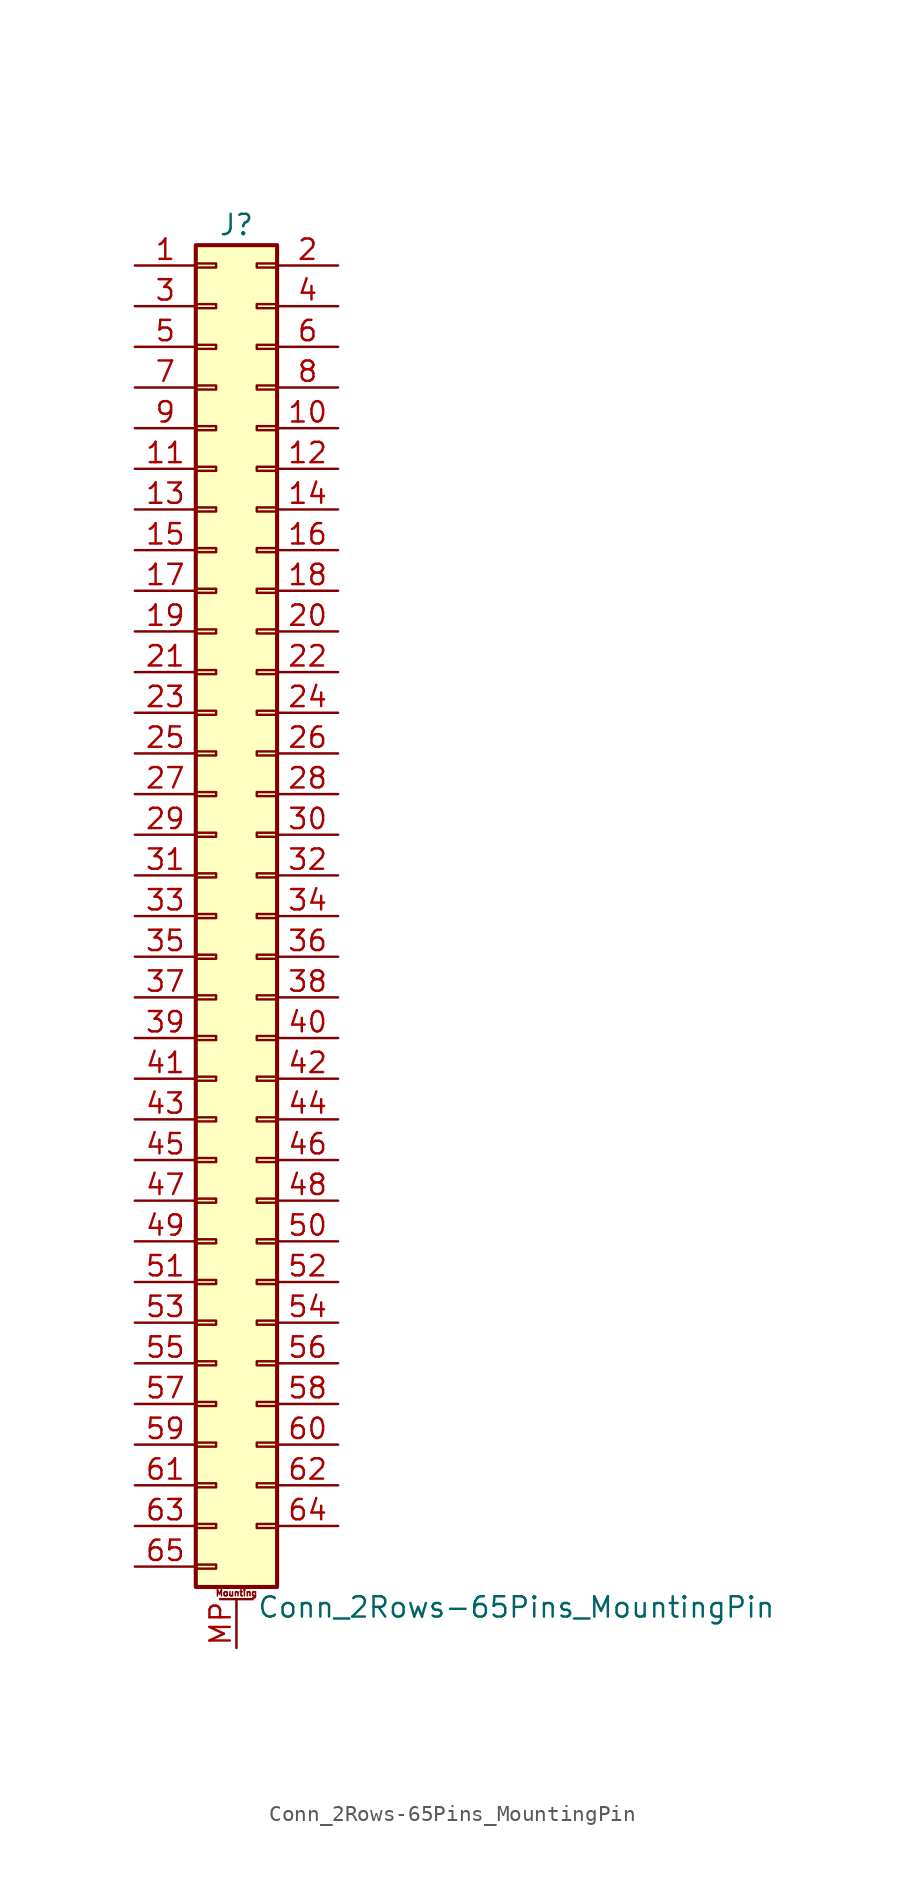
<source format=kicad_sym>
(kicad_symbol_lib
  (version 20220914)
  (generator kicad_symbol_editor)
  (symbol "Conn_2Rows-65Pins_MountingPin"
    (pin_names
      (offset 1.016) hide)
    (property "Reference" "J"
      (at 1.27 43.18 0)
      (effects (font (size 1.27 1.27))))
    (property "Value" "Conn_2Rows-65Pins_MountingPin"
      (at 2.54 -43.18 0)
      (effects (font (size 1.27 1.27)) (justify left)))
    (symbol "Conn_2Rows-65Pins_MountingPin_1_1"
      (rectangle (start -1.27 -40.513) (end 0 -40.767) (stroke (width 0.152) (type default)) (fill (type none)))
      (rectangle (start -1.27 -37.973) (end 0 -38.227) (stroke (width 0.152) (type default)) (fill (type none)))
      (rectangle (start -1.27 -35.433) (end 0 -35.687) (stroke (width 0.152) (type default)) (fill (type none)))
      (rectangle (start -1.27 -32.893) (end 0 -33.147) (stroke (width 0.152) (type default)) (fill (type none)))
      (rectangle (start -1.27 -30.353) (end 0 -30.607) (stroke (width 0.152) (type default)) (fill (type none)))
      (rectangle (start -1.27 -27.813) (end 0 -28.067) (stroke (width 0.152) (type default)) (fill (type none)))
      (rectangle (start -1.27 -25.273) (end 0 -25.527) (stroke (width 0.152) (type default)) (fill (type none)))
      (rectangle (start -1.27 -22.733) (end 0 -22.987) (stroke (width 0.152) (type default)) (fill (type none)))
      (rectangle (start -1.27 -20.193) (end 0 -20.447) (stroke (width 0.152) (type default)) (fill (type none)))
      (rectangle (start -1.27 -17.653) (end 0 -17.907) (stroke (width 0.152) (type default)) (fill (type none)))
      (rectangle (start -1.27 -15.113) (end 0 -15.367) (stroke (width 0.152) (type default)) (fill (type none)))
      (rectangle (start -1.27 -12.573) (end 0 -12.827) (stroke (width 0.152) (type default)) (fill (type none)))
      (rectangle (start -1.27 -10.033) (end 0 -10.287) (stroke (width 0.152) (type default)) (fill (type none)))
      (rectangle (start -1.27 -7.493) (end 0 -7.747) (stroke (width 0.152) (type default)) (fill (type none)))
      (rectangle (start -1.27 -4.953) (end 0 -5.207) (stroke (width 0.152) (type default)) (fill (type none)))
      (rectangle (start -1.27 -2.413) (end 0 -2.667) (stroke (width 0.152) (type default)) (fill (type none)))
      (rectangle (start -1.27 0.127) (end 0 -0.127) (stroke (width 0.152) (type default)) (fill (type none)))
      (rectangle (start -1.27 2.667) (end 0 2.413) (stroke (width 0.152) (type default)) (fill (type none)))
      (rectangle (start -1.27 5.207) (end 0 4.953) (stroke (width 0.152) (type default)) (fill (type none)))
      (rectangle (start -1.27 7.747) (end 0 7.493) (stroke (width 0.152) (type default)) (fill (type none)))
      (rectangle (start -1.27 10.287) (end 0 10.033) (stroke (width 0.152) (type default)) (fill (type none)))
      (rectangle (start -1.27 12.827) (end 0 12.573) (stroke (width 0.152) (type default)) (fill (type none)))
      (rectangle (start -1.27 15.367) (end 0 15.113) (stroke (width 0.152) (type default)) (fill (type none)))
      (rectangle (start -1.27 17.907) (end 0 17.653) (stroke (width 0.152) (type default)) (fill (type none)))
      (rectangle (start -1.27 20.447) (end 0 20.193) (stroke (width 0.152) (type default)) (fill (type none)))
      (rectangle (start -1.27 22.987) (end 0 22.733) (stroke (width 0.152) (type default)) (fill (type none)))
      (rectangle (start -1.27 25.527) (end 0 25.273) (stroke (width 0.152) (type default)) (fill (type none)))
      (rectangle (start -1.27 28.067) (end 0 27.813) (stroke (width 0.152) (type default)) (fill (type none)))
      (rectangle (start -1.27 30.607) (end 0 30.353) (stroke (width 0.152) (type default)) (fill (type none)))
      (rectangle (start -1.27 33.147) (end 0 32.893) (stroke (width 0.152) (type default)) (fill (type none)))
      (rectangle (start -1.27 35.687) (end 0 35.433) (stroke (width 0.152) (type default)) (fill (type none)))
      (rectangle (start -1.27 38.227) (end 0 37.973) (stroke (width 0.152) (type default)) (fill (type none)))
      (rectangle (start -1.27 40.767) (end 0 40.513) (stroke (width 0.152) (type default)) (fill (type none)))
      (rectangle (start -1.27 41.91) (end 3.81 -41.91) (stroke (width 0.254) (type default)) (fill (type background)))
      (polyline (pts (xy 0.254 -42.672) (xy 2.286 -42.672)) (stroke (width 0.152) (type default)) (fill (type none)))
      (rectangle (start 3.81 -37.973) (end 2.54 -38.227) (stroke (width 0.152) (type default)) (fill (type none)))
      (rectangle (start 3.81 -35.433) (end 2.54 -35.687) (stroke (width 0.152) (type default)) (fill (type none)))
      (rectangle (start 3.81 -32.893) (end 2.54 -33.147) (stroke (width 0.152) (type default)) (fill (type none)))
      (rectangle (start 3.81 -30.353) (end 2.54 -30.607) (stroke (width 0.152) (type default)) (fill (type none)))
      (rectangle (start 3.81 -27.813) (end 2.54 -28.067) (stroke (width 0.152) (type default)) (fill (type none)))
      (rectangle (start 3.81 -25.273) (end 2.54 -25.527) (stroke (width 0.152) (type default)) (fill (type none)))
      (rectangle (start 3.81 -22.733) (end 2.54 -22.987) (stroke (width 0.152) (type default)) (fill (type none)))
      (rectangle (start 3.81 -20.193) (end 2.54 -20.447) (stroke (width 0.152) (type default)) (fill (type none)))
      (rectangle (start 3.81 -17.653) (end 2.54 -17.907) (stroke (width 0.152) (type default)) (fill (type none)))
      (rectangle (start 3.81 -15.113) (end 2.54 -15.367) (stroke (width 0.152) (type default)) (fill (type none)))
      (rectangle (start 3.81 -12.573) (end 2.54 -12.827) (stroke (width 0.152) (type default)) (fill (type none)))
      (rectangle (start 3.81 -10.033) (end 2.54 -10.287) (stroke (width 0.152) (type default)) (fill (type none)))
      (rectangle (start 3.81 -7.493) (end 2.54 -7.747) (stroke (width 0.152) (type default)) (fill (type none)))
      (rectangle (start 3.81 -4.953) (end 2.54 -5.207) (stroke (width 0.152) (type default)) (fill (type none)))
      (rectangle (start 3.81 -2.413) (end 2.54 -2.667) (stroke (width 0.152) (type default)) (fill (type none)))
      (rectangle (start 3.81 0.127) (end 2.54 -0.127) (stroke (width 0.152) (type default)) (fill (type none)))
      (rectangle (start 3.81 2.667) (end 2.54 2.413) (stroke (width 0.152) (type default)) (fill (type none)))
      (rectangle (start 3.81 5.207) (end 2.54 4.953) (stroke (width 0.152) (type default)) (fill (type none)))
      (rectangle (start 3.81 7.747) (end 2.54 7.493) (stroke (width 0.152) (type default)) (fill (type none)))
      (rectangle (start 3.81 10.287) (end 2.54 10.033) (stroke (width 0.152) (type default)) (fill (type none)))
      (rectangle (start 3.81 12.827) (end 2.54 12.573) (stroke (width 0.152) (type default)) (fill (type none)))
      (rectangle (start 3.81 15.367) (end 2.54 15.113) (stroke (width 0.152) (type default)) (fill (type none)))
      (rectangle (start 3.81 17.907) (end 2.54 17.653) (stroke (width 0.152) (type default)) (fill (type none)))
      (rectangle (start 3.81 20.447) (end 2.54 20.193) (stroke (width 0.152) (type default)) (fill (type none)))
      (rectangle (start 3.81 22.987) (end 2.54 22.733) (stroke (width 0.152) (type default)) (fill (type none)))
      (rectangle (start 3.81 25.527) (end 2.54 25.273) (stroke (width 0.152) (type default)) (fill (type none)))
      (rectangle (start 3.81 28.067) (end 2.54 27.813) (stroke (width 0.152) (type default)) (fill (type none)))
      (rectangle (start 3.81 30.607) (end 2.54 30.353) (stroke (width 0.152) (type default)) (fill (type none)))
      (rectangle (start 3.81 33.147) (end 2.54 32.893) (stroke (width 0.152) (type default)) (fill (type none)))
      (rectangle (start 3.81 35.687) (end 2.54 35.433) (stroke (width 0.152) (type default)) (fill (type none)))
      (rectangle (start 3.81 38.227) (end 2.54 37.973) (stroke (width 0.152) (type default)) (fill (type none)))
      (rectangle (start 3.81 40.767) (end 2.54 40.513) (stroke (width 0.152) (type default)) (fill (type none)))
      (text "Mounting" (at 1.27 -42.291 0) (effects (font (size 0.381 0.381))))
      (pin passive line (at -5.08 40.64 0) (length 3.81) (name "Pin_1" (effects (font (size 1.27 1.27)))) (number "1" (effects (font (size 1.27 1.27)))))
      (pin passive line (at 7.62 30.48 180) (length 3.81) (name "Pin_10" (effects (font (size 1.27 1.27)))) (number "10" (effects (font (size 1.27 1.27)))))
      (pin passive line (at -5.08 27.94 0) (length 3.81) (name "Pin_11" (effects (font (size 1.27 1.27)))) (number "11" (effects (font (size 1.27 1.27)))))
      (pin passive line (at 7.62 27.94 180) (length 3.81) (name "Pin_12" (effects (font (size 1.27 1.27)))) (number "12" (effects (font (size 1.27 1.27)))))
      (pin passive line (at -5.08 25.4 0) (length 3.81) (name "Pin_13" (effects (font (size 1.27 1.27)))) (number "13" (effects (font (size 1.27 1.27)))))
      (pin passive line (at 7.62 25.4 180) (length 3.81) (name "Pin_14" (effects (font (size 1.27 1.27)))) (number "14" (effects (font (size 1.27 1.27)))))
      (pin passive line (at -5.08 22.86 0) (length 3.81) (name "Pin_15" (effects (font (size 1.27 1.27)))) (number "15" (effects (font (size 1.27 1.27)))))
      (pin passive line (at 7.62 22.86 180) (length 3.81) (name "Pin_16" (effects (font (size 1.27 1.27)))) (number "16" (effects (font (size 1.27 1.27)))))
      (pin passive line (at -5.08 20.32 0) (length 3.81) (name "Pin_17" (effects (font (size 1.27 1.27)))) (number "17" (effects (font (size 1.27 1.27)))))
      (pin passive line (at 7.62 20.32 180) (length 3.81) (name "Pin_18" (effects (font (size 1.27 1.27)))) (number "18" (effects (font (size 1.27 1.27)))))
      (pin passive line (at -5.08 17.78 0) (length 3.81) (name "Pin_19" (effects (font (size 1.27 1.27)))) (number "19" (effects (font (size 1.27 1.27)))))
      (pin passive line (at 7.62 40.64 180) (length 3.81) (name "Pin_2" (effects (font (size 1.27 1.27)))) (number "2" (effects (font (size 1.27 1.27)))))
      (pin passive line (at 7.62 17.78 180) (length 3.81) (name "Pin_20" (effects (font (size 1.27 1.27)))) (number "20" (effects (font (size 1.27 1.27)))))
      (pin passive line (at -5.08 15.24 0) (length 3.81) (name "Pin_21" (effects (font (size 1.27 1.27)))) (number "21" (effects (font (size 1.27 1.27)))))
      (pin passive line (at 7.62 15.24 180) (length 3.81) (name "Pin_22" (effects (font (size 1.27 1.27)))) (number "22" (effects (font (size 1.27 1.27)))))
      (pin passive line (at -5.08 12.7 0) (length 3.81) (name "Pin_23" (effects (font (size 1.27 1.27)))) (number "23" (effects (font (size 1.27 1.27)))))
      (pin passive line (at 7.62 12.7 180) (length 3.81) (name "Pin_24" (effects (font (size 1.27 1.27)))) (number "24" (effects (font (size 1.27 1.27)))))
      (pin passive line (at -5.08 10.16 0) (length 3.81) (name "Pin_25" (effects (font (size 1.27 1.27)))) (number "25" (effects (font (size 1.27 1.27)))))
      (pin passive line (at 7.62 10.16 180) (length 3.81) (name "Pin_26" (effects (font (size 1.27 1.27)))) (number "26" (effects (font (size 1.27 1.27)))))
      (pin passive line (at -5.08 7.62 0) (length 3.81) (name "Pin_27" (effects (font (size 1.27 1.27)))) (number "27" (effects (font (size 1.27 1.27)))))
      (pin passive line (at 7.62 7.62 180) (length 3.81) (name "Pin_28" (effects (font (size 1.27 1.27)))) (number "28" (effects (font (size 1.27 1.27)))))
      (pin passive line (at -5.08 5.08 0) (length 3.81) (name "Pin_29" (effects (font (size 1.27 1.27)))) (number "29" (effects (font (size 1.27 1.27)))))
      (pin passive line (at -5.08 38.1 0) (length 3.81) (name "Pin_3" (effects (font (size 1.27 1.27)))) (number "3" (effects (font (size 1.27 1.27)))))
      (pin passive line (at 7.62 5.08 180) (length 3.81) (name "Pin_30" (effects (font (size 1.27 1.27)))) (number "30" (effects (font (size 1.27 1.27)))))
      (pin passive line (at -5.08 2.54 0) (length 3.81) (name "Pin_31" (effects (font (size 1.27 1.27)))) (number "31" (effects (font (size 1.27 1.27)))))
      (pin passive line (at 7.62 2.54 180) (length 3.81) (name "Pin_32" (effects (font (size 1.27 1.27)))) (number "32" (effects (font (size 1.27 1.27)))))
      (pin passive line (at -5.08 0 0) (length 3.81) (name "Pin_33" (effects (font (size 1.27 1.27)))) (number "33" (effects (font (size 1.27 1.27)))))
      (pin passive line (at 7.62 0 180) (length 3.81) (name "Pin_34" (effects (font (size 1.27 1.27)))) (number "34" (effects (font (size 1.27 1.27)))))
      (pin passive line (at -5.08 -2.54 0) (length 3.81) (name "Pin_35" (effects (font (size 1.27 1.27)))) (number "35" (effects (font (size 1.27 1.27)))))
      (pin passive line (at 7.62 -2.54 180) (length 3.81) (name "Pin_36" (effects (font (size 1.27 1.27)))) (number "36" (effects (font (size 1.27 1.27)))))
      (pin passive line (at -5.08 -5.08 0) (length 3.81) (name "Pin_37" (effects (font (size 1.27 1.27)))) (number "37" (effects (font (size 1.27 1.27)))))
      (pin passive line (at 7.62 -5.08 180) (length 3.81) (name "Pin_38" (effects (font (size 1.27 1.27)))) (number "38" (effects (font (size 1.27 1.27)))))
      (pin passive line (at -5.08 -7.62 0) (length 3.81) (name "Pin_39" (effects (font (size 1.27 1.27)))) (number "39" (effects (font (size 1.27 1.27)))))
      (pin passive line (at 7.62 38.1 180) (length 3.81) (name "Pin_4" (effects (font (size 1.27 1.27)))) (number "4" (effects (font (size 1.27 1.27)))))
      (pin passive line (at 7.62 -7.62 180) (length 3.81) (name "Pin_40" (effects (font (size 1.27 1.27)))) (number "40" (effects (font (size 1.27 1.27)))))
      (pin passive line (at -5.08 -10.16 0) (length 3.81) (name "Pin_41" (effects (font (size 1.27 1.27)))) (number "41" (effects (font (size 1.27 1.27)))))
      (pin passive line (at 7.62 -10.16 180) (length 3.81) (name "Pin_42" (effects (font (size 1.27 1.27)))) (number "42" (effects (font (size 1.27 1.27)))))
      (pin passive line (at -5.08 -12.7 0) (length 3.81) (name "Pin_43" (effects (font (size 1.27 1.27)))) (number "43" (effects (font (size 1.27 1.27)))))
      (pin passive line (at 7.62 -12.7 180) (length 3.81) (name "Pin_44" (effects (font (size 1.27 1.27)))) (number "44" (effects (font (size 1.27 1.27)))))
      (pin passive line (at -5.08 -15.24 0) (length 3.81) (name "Pin_45" (effects (font (size 1.27 1.27)))) (number "45" (effects (font (size 1.27 1.27)))))
      (pin passive line (at 7.62 -15.24 180) (length 3.81) (name "Pin_46" (effects (font (size 1.27 1.27)))) (number "46" (effects (font (size 1.27 1.27)))))
      (pin passive line (at -5.08 -17.78 0) (length 3.81) (name "Pin_47" (effects (font (size 1.27 1.27)))) (number "47" (effects (font (size 1.27 1.27)))))
      (pin passive line (at 7.62 -17.78 180) (length 3.81) (name "Pin_48" (effects (font (size 1.27 1.27)))) (number "48" (effects (font (size 1.27 1.27)))))
      (pin passive line (at -5.08 -20.32 0) (length 3.81) (name "Pin_49" (effects (font (size 1.27 1.27)))) (number "49" (effects (font (size 1.27 1.27)))))
      (pin passive line (at -5.08 35.56 0) (length 3.81) (name "Pin_5" (effects (font (size 1.27 1.27)))) (number "5" (effects (font (size 1.27 1.27)))))
      (pin passive line (at 7.62 -20.32 180) (length 3.81) (name "Pin_50" (effects (font (size 1.27 1.27)))) (number "50" (effects (font (size 1.27 1.27)))))
      (pin passive line (at -5.08 -22.86 0) (length 3.81) (name "Pin_51" (effects (font (size 1.27 1.27)))) (number "51" (effects (font (size 1.27 1.27)))))
      (pin passive line (at 7.62 -22.86 180) (length 3.81) (name "Pin_52" (effects (font (size 1.27 1.27)))) (number "52" (effects (font (size 1.27 1.27)))))
      (pin passive line (at -5.08 -25.4 0) (length 3.81) (name "Pin_53" (effects (font (size 1.27 1.27)))) (number "53" (effects (font (size 1.27 1.27)))))
      (pin passive line (at 7.62 -25.4 180) (length 3.81) (name "Pin_54" (effects (font (size 1.27 1.27)))) (number "54" (effects (font (size 1.27 1.27)))))
      (pin passive line (at -5.08 -27.94 0) (length 3.81) (name "Pin_55" (effects (font (size 1.27 1.27)))) (number "55" (effects (font (size 1.27 1.27)))))
      (pin passive line (at 7.62 -27.94 180) (length 3.81) (name "Pin_56" (effects (font (size 1.27 1.27)))) (number "56" (effects (font (size 1.27 1.27)))))
      (pin passive line (at -5.08 -30.48 0) (length 3.81) (name "Pin_57" (effects (font (size 1.27 1.27)))) (number "57" (effects (font (size 1.27 1.27)))))
      (pin passive line (at 7.62 -30.48 180) (length 3.81) (name "Pin_58" (effects (font (size 1.27 1.27)))) (number "58" (effects (font (size 1.27 1.27)))))
      (pin passive line (at -5.08 -33.02 0) (length 3.81) (name "Pin_59" (effects (font (size 1.27 1.27)))) (number "59" (effects (font (size 1.27 1.27)))))
      (pin passive line (at 7.62 35.56 180) (length 3.81) (name "Pin_6" (effects (font (size 1.27 1.27)))) (number "6" (effects (font (size 1.27 1.27)))))
      (pin passive line (at 7.62 -33.02 180) (length 3.81) (name "Pin_60" (effects (font (size 1.27 1.27)))) (number "60" (effects (font (size 1.27 1.27)))))
      (pin passive line (at -5.08 -35.56 0) (length 3.81) (name "Pin_61" (effects (font (size 1.27 1.27)))) (number "61" (effects (font (size 1.27 1.27)))))
      (pin passive line (at 7.62 -35.56 180) (length 3.81) (name "Pin_62" (effects (font (size 1.27 1.27)))) (number "62" (effects (font (size 1.27 1.27)))))
      (pin passive line (at -5.08 -38.1 0) (length 3.81) (name "Pin_63" (effects (font (size 1.27 1.27)))) (number "63" (effects (font (size 1.27 1.27)))))
      (pin passive line (at 7.62 -38.1 180) (length 3.81) (name "Pin_64" (effects (font (size 1.27 1.27)))) (number "64" (effects (font (size 1.27 1.27)))))
      (pin passive line (at -5.08 -40.64 0) (length 3.81) (name "Pin_65" (effects (font (size 1.27 1.27)))) (number "65" (effects (font (size 1.27 1.27)))))
      (pin passive line (at -5.08 33.02 0) (length 3.81) (name "Pin_7" (effects (font (size 1.27 1.27)))) (number "7" (effects (font (size 1.27 1.27)))))
      (pin passive line (at 7.62 33.02 180) (length 3.81) (name "Pin_8" (effects (font (size 1.27 1.27)))) (number "8" (effects (font (size 1.27 1.27)))))
      (pin passive line (at -5.08 30.48 0) (length 3.81) (name "Pin_9" (effects (font (size 1.27 1.27)))) (number "9" (effects (font (size 1.27 1.27)))))
      (pin passive line (at 1.27 -45.72 90) (length 3.048) (name "MountPin" (effects (font (size 1.27 1.27)))) (number "MP" (effects (font (size 1.27 1.27))))))))
</source>
